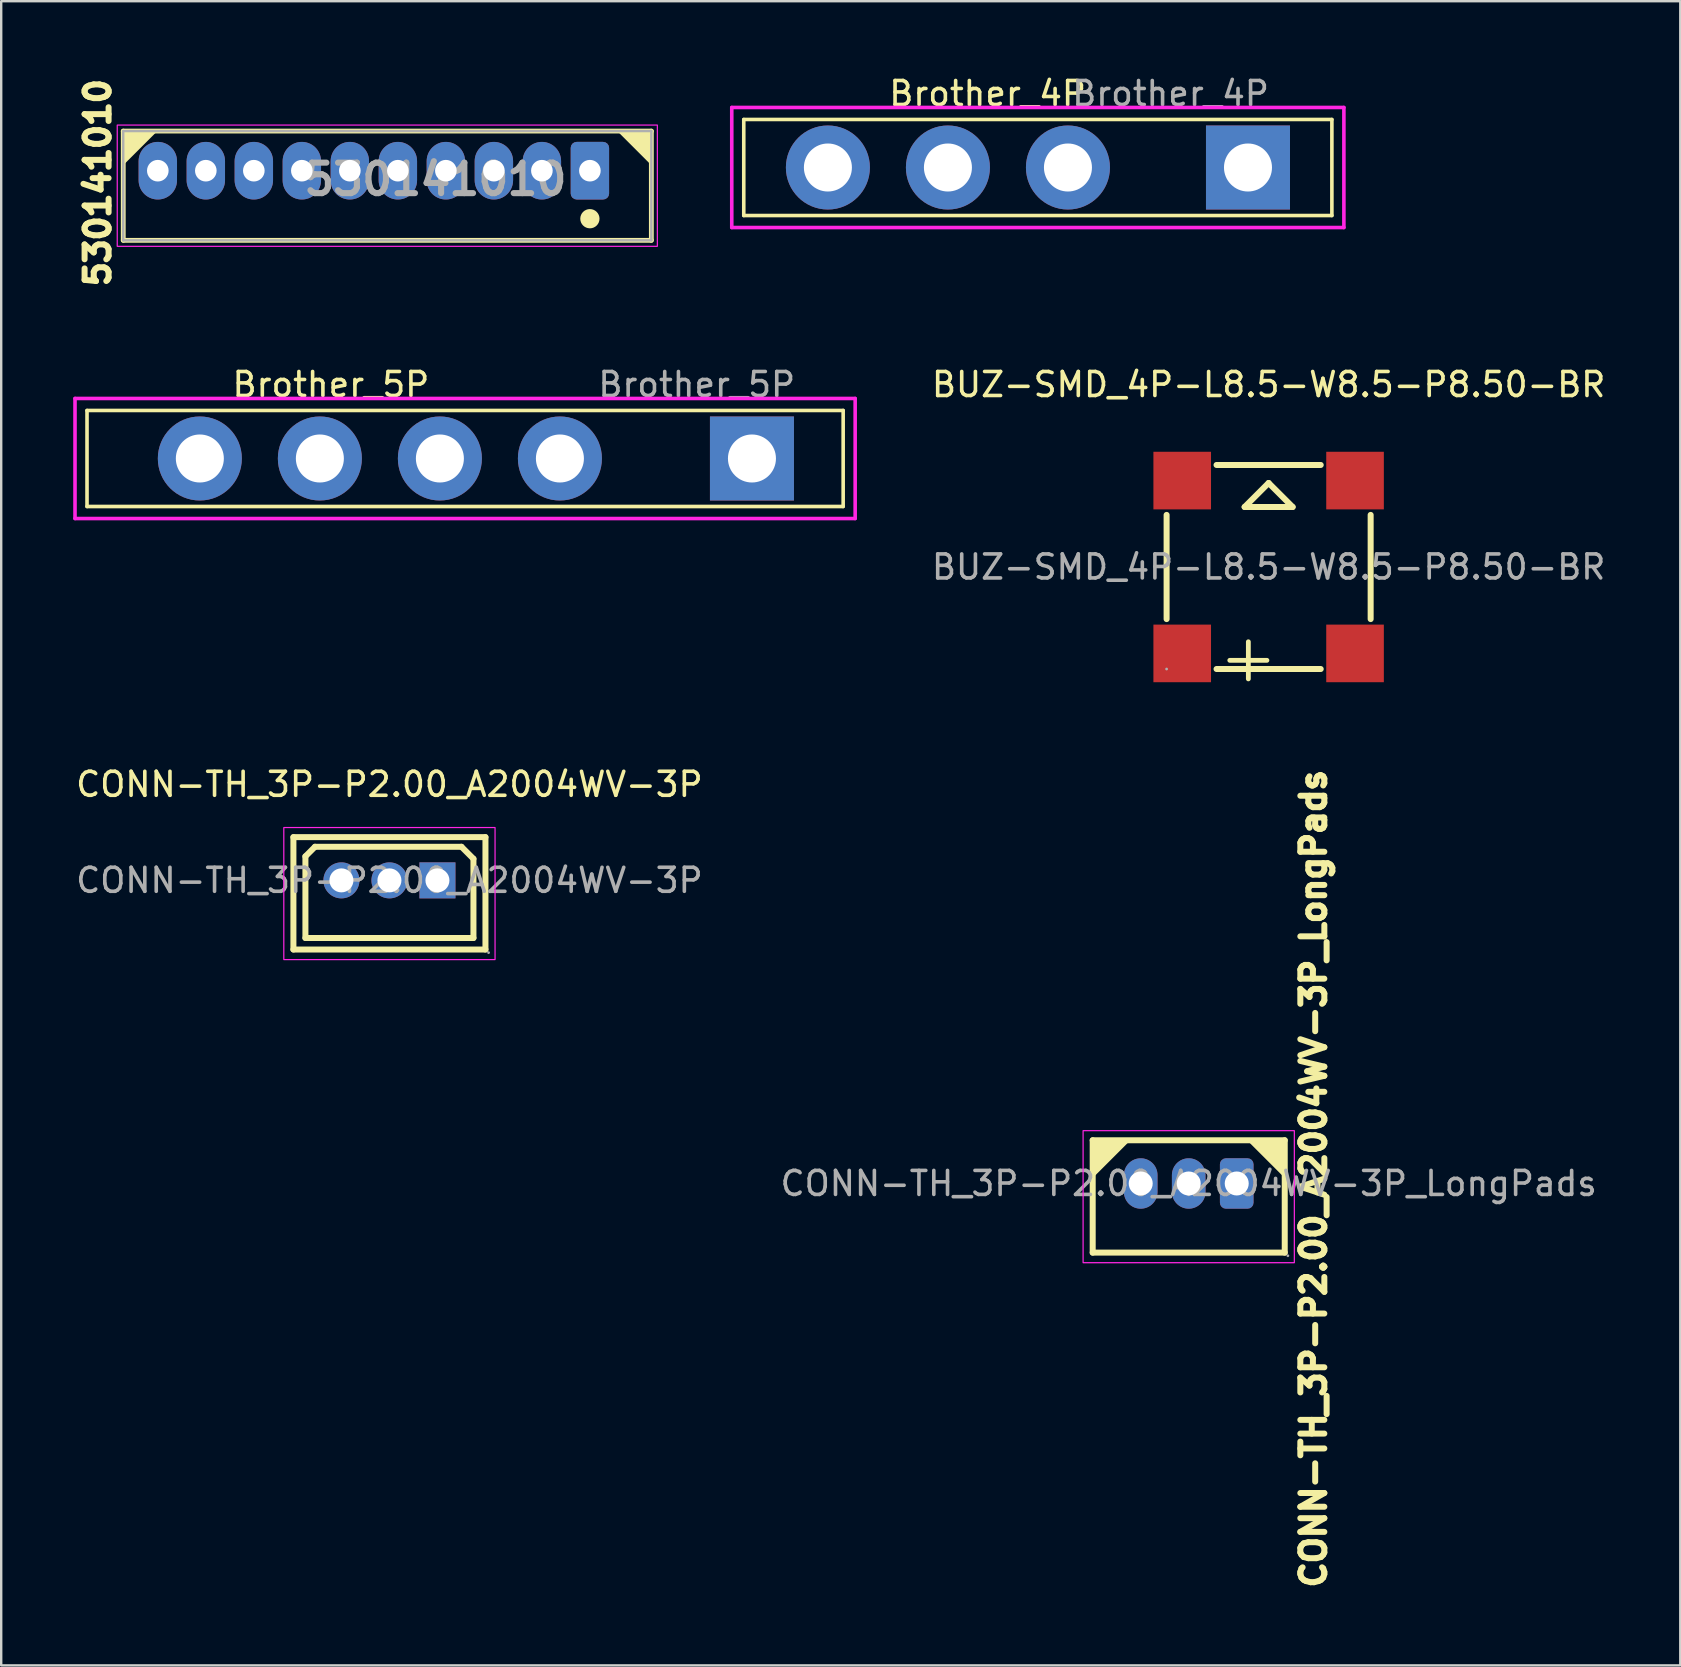
<source format=kicad_pcb>
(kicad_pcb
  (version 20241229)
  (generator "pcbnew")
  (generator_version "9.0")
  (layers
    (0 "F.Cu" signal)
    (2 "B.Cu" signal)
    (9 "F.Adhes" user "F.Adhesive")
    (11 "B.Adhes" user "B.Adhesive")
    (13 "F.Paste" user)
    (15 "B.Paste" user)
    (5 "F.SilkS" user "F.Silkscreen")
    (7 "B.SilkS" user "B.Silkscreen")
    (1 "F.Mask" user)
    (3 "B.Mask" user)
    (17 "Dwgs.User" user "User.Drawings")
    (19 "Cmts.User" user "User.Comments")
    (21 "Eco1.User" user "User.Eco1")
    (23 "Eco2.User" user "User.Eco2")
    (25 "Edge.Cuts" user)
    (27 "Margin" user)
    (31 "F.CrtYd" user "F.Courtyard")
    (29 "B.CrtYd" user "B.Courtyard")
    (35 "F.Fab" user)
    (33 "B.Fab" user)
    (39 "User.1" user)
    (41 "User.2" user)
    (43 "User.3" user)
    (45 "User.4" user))
  (footprint "CONN-TH_3P-P2.00_A2004WV-3P_LongPads"
    (layer "F.Cu")
    (at 46.47 46.252)
    (property "Reference" "CONN-TH_3P-P2.00_A2004WV-3P_LongPads" (at 5.2 -0.2 90) (layer "F.SilkS") (effects (font (size 1 1) (thickness 0.25) (bold yes))))
    (attr through_hole)
    (fp_line (start -4 -1.8) (end -4 2.88) (stroke (width 0.25) (type solid)) (layer "F.SilkS"))
    (fp_line (start -4 2.88) (end 4 2.88) (stroke (width 0.25) (type solid)) (layer "F.SilkS"))
    (fp_line (start 4 -1.8) (end -4 -1.8) (stroke (width 0.25) (type solid)) (layer "F.SilkS"))
    (fp_line (start 4 2.88) (end 4 -1.8) (stroke (width 0.25) (type solid)) (layer "F.SilkS"))
    (fp_poly (pts (xy -4 -1.8) (xy -2.5 -1.8) (xy -4 -0.3)) (stroke (width 0.1) (type solid)) (fill yes) (layer "F.SilkS"))
    (fp_poly (pts (xy 4 -1.8) (xy 2.5 -1.8) (xy 4 -0.3)) (stroke (width 0.1) (type solid)) (fill yes) (layer "F.SilkS"))
    (fp_rect (start -4.4 -2.2) (end 4.4 3.3) (stroke (width 0.05) (type default)) (fill no) (layer "F.CrtYd"))
    (fp_circle (center -2 0) (end -1.8 0) (stroke (width 0.4) (type solid)) (fill no) (layer "F.Fab"))
    (fp_circle (center 0 0) (end 0.2 0) (stroke (width 0.4) (type solid)) (fill no) (layer "F.Fab"))
    (fp_circle (center 2 0) (end 2.2 0) (stroke (width 0.4) (type solid)) (fill no) (layer "F.Fab"))
    (fp_circle (center 4.13 3.01) (end 4.16 3.01) (stroke (width 0.06) (type solid)) (fill no) (layer "F.Fab"))
    (fp_text user "${REFERENCE}" (at 0 0 180) (layer "F.Fab") (effects (font (size 1 1) (thickness 0.15))))
    (pad "1" thru_hole roundrect (at 2 0) (size 1.4 2.1) (drill 1) (layers "*.Cu" "*.Mask") (roundrect_rratio 0.179))
    (pad "2" thru_hole oval (at 0 0) (size 1.4 2.1) (drill 1) (layers "*.Cu" "*.Mask"))
    (pad "3" thru_hole oval (at -2 0) (size 1.4 2.1) (drill 1) (layers "*.Cu" "*.Mask")))
  (footprint "CONN-TH_3P-P2.00_A2004WV-3P"
    (layer "F.Cu")
    (at 13.173 33.625)
    (property "Reference" "CONN-TH_3P-P2.00_A2004WV-3P" (at 0 -4 0) (layer "F.SilkS") (effects (font (size 1 1) (thickness 0.15))))
    (attr through_hole)
    (fp_line (start -4 -1.8) (end -4 2.88) (stroke (width 0.25) (type solid)) (layer "F.SilkS"))
    (fp_line (start -4 2.88) (end 4 2.88) (stroke (width 0.25) (type solid)) (layer "F.SilkS"))
    (fp_line (start -3.5 -1) (end -3.5 2.4) (stroke (width 0.25) (type solid)) (layer "F.SilkS"))
    (fp_line (start -3.5 2.4) (end 3.5 2.4) (stroke (width 0.25) (type solid)) (layer "F.SilkS"))
    (fp_line (start -3.1 -1.4) (end -3.5 -1) (stroke (width 0.25) (type solid)) (layer "F.SilkS"))
    (fp_line (start 3 -1.4) (end -3.1 -1.4) (stroke (width 0.25) (type solid)) (layer "F.SilkS"))
    (fp_line (start 3.5 -0.9) (end 3 -1.4) (stroke (width 0.25) (type solid)) (layer "F.SilkS"))
    (fp_line (start 3.5 2.4) (end 3.5 -0.9) (stroke (width 0.25) (type solid)) (layer "F.SilkS"))
    (fp_line (start 4 -1.8) (end -4 -1.8) (stroke (width 0.25) (type solid)) (layer "F.SilkS"))
    (fp_line (start 4 2.88) (end 4 -1.8) (stroke (width 0.25) (type solid)) (layer "F.SilkS"))
    (fp_rect (start -4.4 -2.2) (end 4.4 3.3) (stroke (width 0.05) (type default)) (fill no) (layer "F.CrtYd"))
    (fp_circle (center -2 0) (end -1.8 0) (stroke (width 0.4) (type solid)) (fill no) (layer "F.Fab"))
    (fp_circle (center 0 0) (end 0.2 0) (stroke (width 0.4) (type solid)) (fill no) (layer "F.Fab"))
    (fp_circle (center 2 0) (end 2.2 0) (stroke (width 0.4) (type solid)) (fill no) (layer "F.Fab"))
    (fp_circle (center 4.13 3.01) (end 4.16 3.01) (stroke (width 0.06) (type solid)) (fill no) (layer "F.Fab"))
    (fp_text user "${REFERENCE}" (at 0 0 0) (layer "F.Fab") (effects (font (size 1 1) (thickness 0.15))))
    (pad "1" thru_hole rect (at 2 0) (size 1.5 1.5) (drill 1) (layers "*.Cu" "*.Paste" "*.Mask"))
    (pad "2" thru_hole circle (at 0 0) (size 1.5 1.5) (drill 1) (layers "*.Cu" "*.Paste" "*.Mask"))
    (pad "3" thru_hole circle (at -2 0) (size 1.5 1.5) (drill 1) (layers "*.Cu" "*.Paste" "*.Mask")))
  (footprint "530141010"
    (layer "F.Cu")
    (at 21.524 4.061)
    (property "Reference" "530141010" (at -20.5 0.5 270) (layer "F.SilkS") (effects (font (size 1 1) (thickness 0.25))))
    (attr through_hole)
    (fp_line (start -19.44 -1.65) (end 2.56 -1.65) (stroke (width 0.2) (type solid)) (layer "F.SilkS"))
    (fp_line (start -19.44 2.9) (end -19.44 -1.65) (stroke (width 0.2) (type solid)) (layer "F.SilkS"))
    (fp_line (start 2.56 -1.65) (end 2.56 2.9) (stroke (width 0.2) (type solid)) (layer "F.SilkS"))
    (fp_line (start 2.56 2.9) (end -19.44 2.9) (stroke (width 0.2) (type solid)) (layer "F.SilkS"))
    (fp_circle (center 0 2) (end 0.001 2) (stroke (width 0.4) (type solid)) (fill no) (layer "F.SilkS"))
    (fp_poly (pts (xy -19.44 -1.65) (xy -18.09 -1.65) (xy -19.44 -0.3)) (stroke (width 0.1) (type solid)) (fill yes) (layer "F.SilkS"))
    (fp_poly (pts (xy 2.56 -1.65) (xy 1.21 -1.65) (xy 2.56 -0.3)) (stroke (width 0.1) (type solid)) (fill yes) (layer "F.SilkS"))
    (fp_rect (start -19.69 -1.9) (end 2.81 3.15) (stroke (width 0.05) (type solid)) (fill no) (layer "F.CrtYd"))
    (fp_line (start -19.44 -1.65) (end 2.56 -1.65) (stroke (width 0.1) (type solid)) (layer "F.Fab"))
    (fp_line (start -19.44 2.9) (end -19.44 -1.65) (stroke (width 0.1) (type solid)) (layer "F.Fab"))
    (fp_line (start 2.56 -1.65) (end 2.56 2.9) (stroke (width 0.1) (type solid)) (layer "F.Fab"))
    (fp_line (start 2.56 2.9) (end -19.44 2.9) (stroke (width 0.1) (type solid)) (layer "F.Fab"))
    (fp_text user "${REFERENCE}" (at -6.44 0.36 180) (layer "F.Fab") (effects (font (size 1.27 1.27) (thickness 0.254))))
    (pad "1" thru_hole roundrect (at 0 0) (size 1.6 2.4) (drill 0.9) (layers "*.Cu" "*.Mask") (roundrect_rratio 0.156))
    (pad "2" thru_hole oval (at -2 0) (size 1.6 2.4) (drill 0.9) (layers "*.Cu" "*.Mask"))
    (pad "3" thru_hole oval (at -4 0) (size 1.6 2.4) (drill 0.9) (layers "*.Cu" "*.Mask"))
    (pad "4" thru_hole oval (at -6 0) (size 1.6 2.4) (drill 0.9) (layers "*.Cu" "*.Mask"))
    (pad "5" thru_hole oval (at -8 0) (size 1.6 2.4) (drill 0.9) (layers "*.Cu" "*.Mask"))
    (pad "6" thru_hole oval (at -10 0) (size 1.6 2.4) (drill 0.9) (layers "*.Cu" "*.Mask"))
    (pad "7" thru_hole oval (at -12 0) (size 1.6 2.4) (drill 0.9) (layers "*.Cu" "*.Mask"))
    (pad "8" thru_hole oval (at -14 0) (size 1.6 2.4) (drill 0.9) (layers "*.Cu" "*.Mask"))
    (pad "9" thru_hole oval (at -16 0) (size 1.6 2.4) (drill 0.9) (layers "*.Cu" "*.Mask"))
    (pad "10" thru_hole oval (at -18 0) (size 1.6 2.4) (drill 0.9) (layers "*.Cu" "*.Mask")))
  (footprint "Brother_4P"
    (layer "F.Cu")
    (at 27.934 5.928)
    (property "Reference" "Brother_4P" (at 10.16 -5.08 0) (layer "F.SilkS") (effects (font (size 1 1) (thickness 0.15))))
    (attr through_hole exclude_from_bom)
    (fp_line (start 0 -4) (end 0 0) (stroke (width 0.15) (type solid)) (layer "F.SilkS"))
    (fp_line (start 0 0) (end 24.5 0) (stroke (width 0.15) (type solid)) (layer "F.SilkS"))
    (fp_line (start 24.5 -4) (end 0 -4) (stroke (width 0.15) (type solid)) (layer "F.SilkS"))
    (fp_line (start 24.5 0) (end 24.5 -4) (stroke (width 0.15) (type solid)) (layer "F.SilkS"))
    (fp_line (start -0.5 -4.5) (end -0.5 0.5) (stroke (width 0.15) (type solid)) (layer "F.CrtYd"))
    (fp_line (start -0.5 0.5) (end 25 0.5) (stroke (width 0.15) (type solid)) (layer "F.CrtYd"))
    (fp_line (start 25 -4.5) (end -0.5 -4.5) (stroke (width 0.15) (type solid)) (layer "F.CrtYd"))
    (fp_line (start 25 0.5) (end 25 -4.5) (stroke (width 0.15) (type solid)) (layer "F.CrtYd"))
    (fp_text user "${REFERENCE}" (at 17.78 -5.08 0) (layer "F.Fab") (effects (font (size 1 1) (thickness 0.15))))
    (pad "1" thru_hole rect (at 21.005 -2) (size 3.5 3.5) (drill 2) (layers "*.Cu" "*.Mask"))
    (pad "2" thru_hole circle (at 13.505 -2) (size 3.5 3.5) (drill 2) (layers "*.Cu" "*.Mask"))
    (pad "3" thru_hole circle (at 8.505 -2) (size 3.5 3.5) (drill 2) (layers "*.Cu" "*.Mask"))
    (pad "4" thru_hole circle (at 3.505 -2) (size 3.5 3.5) (drill 2) (layers "*.Cu" "*.Mask")))
  (footprint "BUZ-SMD_4P-L8.5-W8.5-P8.50-BR"
    (layer "F.Cu")
    (at 49.799 20.57)
    (property "Reference" "BUZ-SMD_4P-L8.5-W8.5-P8.50-BR" (at 0 -7.6 180) (layer "F.SilkS") (effects (font (size 1 1) (thickness 0.15))))
    (attr smd)
    (fp_line (start -4.25 2.17) (end -4.25 -2.17) (stroke (width 0.25) (type solid)) (layer "F.SilkS"))
    (fp_line (start -2.17 -4.25) (end 2.17 -4.25) (stroke (width 0.25) (type solid)) (layer "F.SilkS"))
    (fp_line (start -1 -2.5) (end 1 -2.5) (stroke (width 0.25) (type solid)) (layer "F.SilkS"))
    (fp_line (start 0 -3.5) (end -1 -2.5) (stroke (width 0.25) (type solid)) (layer "F.SilkS"))
    (fp_line (start 1 -2.5) (end 0 -3.5) (stroke (width 0.25) (type solid)) (layer "F.SilkS"))
    (fp_line (start 2.17 4.25) (end -2.17 4.25) (stroke (width 0.25) (type solid)) (layer "F.SilkS"))
    (fp_line (start 4.25 -2.17) (end 4.25 2.17) (stroke (width 0.25) (type solid)) (layer "F.SilkS"))
    (fp_circle (center -4.25 4.25) (end -4.22 4.25) (stroke (width 0.06) (type solid)) (fill no) (layer "F.Fab"))
    (fp_text user "+" (at -1 2.5 270) (layer "F.SilkS") (effects (font (size 2.03 2.03) (thickness 0.2)) (justify right)))
    (fp_text user "${REFERENCE}" (at 0 0 180) (layer "F.Fab") (effects (font (size 1 1) (thickness 0.15))))
    (pad "1" smd rect (at -3.6 3.6) (size 2.4 2.4) (layers "F.Cu" "F.Mask" "F.Paste"))
    (pad "2" smd rect (at 3.6 3.6) (size 2.4 2.4) (layers "F.Cu" "F.Mask" "F.Paste"))
    (pad "3" smd rect (at 3.6 -3.6) (size 2.4 2.4) (layers "F.Cu" "F.Mask" "F.Paste"))
    (pad "4" smd rect (at -3.6 -3.6) (size 2.4 2.4) (layers "F.Cu" "F.Mask" "F.Paste")))
  (footprint "Brother_5P"
    (layer "F.Cu")
    (at 0.575 18.05)
    (property "Reference" "Brother_5P" (at 10.16 -5.08 180) (layer "F.SilkS") (effects (font (size 1 1) (thickness 0.15))))
    (attr through_hole exclude_from_bom)
    (fp_line (start 0 -4) (end 0 0) (stroke (width 0.15) (type solid)) (layer "F.SilkS"))
    (fp_line (start 0 0) (end 31.5 0) (stroke (width 0.15) (type solid)) (layer "F.SilkS"))
    (fp_line (start 31.5 -4) (end 0 -4) (stroke (width 0.15) (type solid)) (layer "F.SilkS"))
    (fp_line (start 31.5 0) (end 31.5 -4) (stroke (width 0.15) (type solid)) (layer "F.SilkS"))
    (fp_line (start -0.5 -4.5) (end -0.5 0.5) (stroke (width 0.15) (type solid)) (layer "F.CrtYd"))
    (fp_line (start -0.5 0.5) (end 32 0.5) (stroke (width 0.15) (type solid)) (layer "F.CrtYd"))
    (fp_line (start 32 -4.5) (end -0.5 -4.5) (stroke (width 0.15) (type solid)) (layer "F.CrtYd"))
    (fp_line (start 32 0.5) (end 32 -4.5) (stroke (width 0.15) (type solid)) (layer "F.CrtYd"))
    (fp_text user "${REFERENCE}" (at 25.4 -5.08 180) (layer "F.Fab") (effects (font (size 1 1) (thickness 0.15))))
    (pad "1" thru_hole rect (at 27.7 -2) (size 3.5 3.5) (drill 2) (layers "*.Cu" "*.Mask"))
    (pad "2" thru_hole circle (at 19.7 -2) (size 3.5 3.5) (drill 2) (layers "*.Cu" "*.Mask"))
    (pad "3" thru_hole circle (at 14.7 -2) (size 3.5 3.5) (drill 2) (layers "*.Cu" "*.Mask"))
    (pad "4" thru_hole circle (at 9.7 -2) (size 3.5 3.5) (drill 2) (layers "*.Cu" "*.Mask"))
    (pad "5" thru_hole circle (at 4.7 -2) (size 3.5 3.5) (drill 2) (layers "*.Cu" "*.Mask")))
  (gr_rect
    (start -3 -3)
    (end 66.948 66.327)
    (stroke (width 0.1) (type default))
    (fill no)
    (layer "Edge.Cuts")))
</source>
